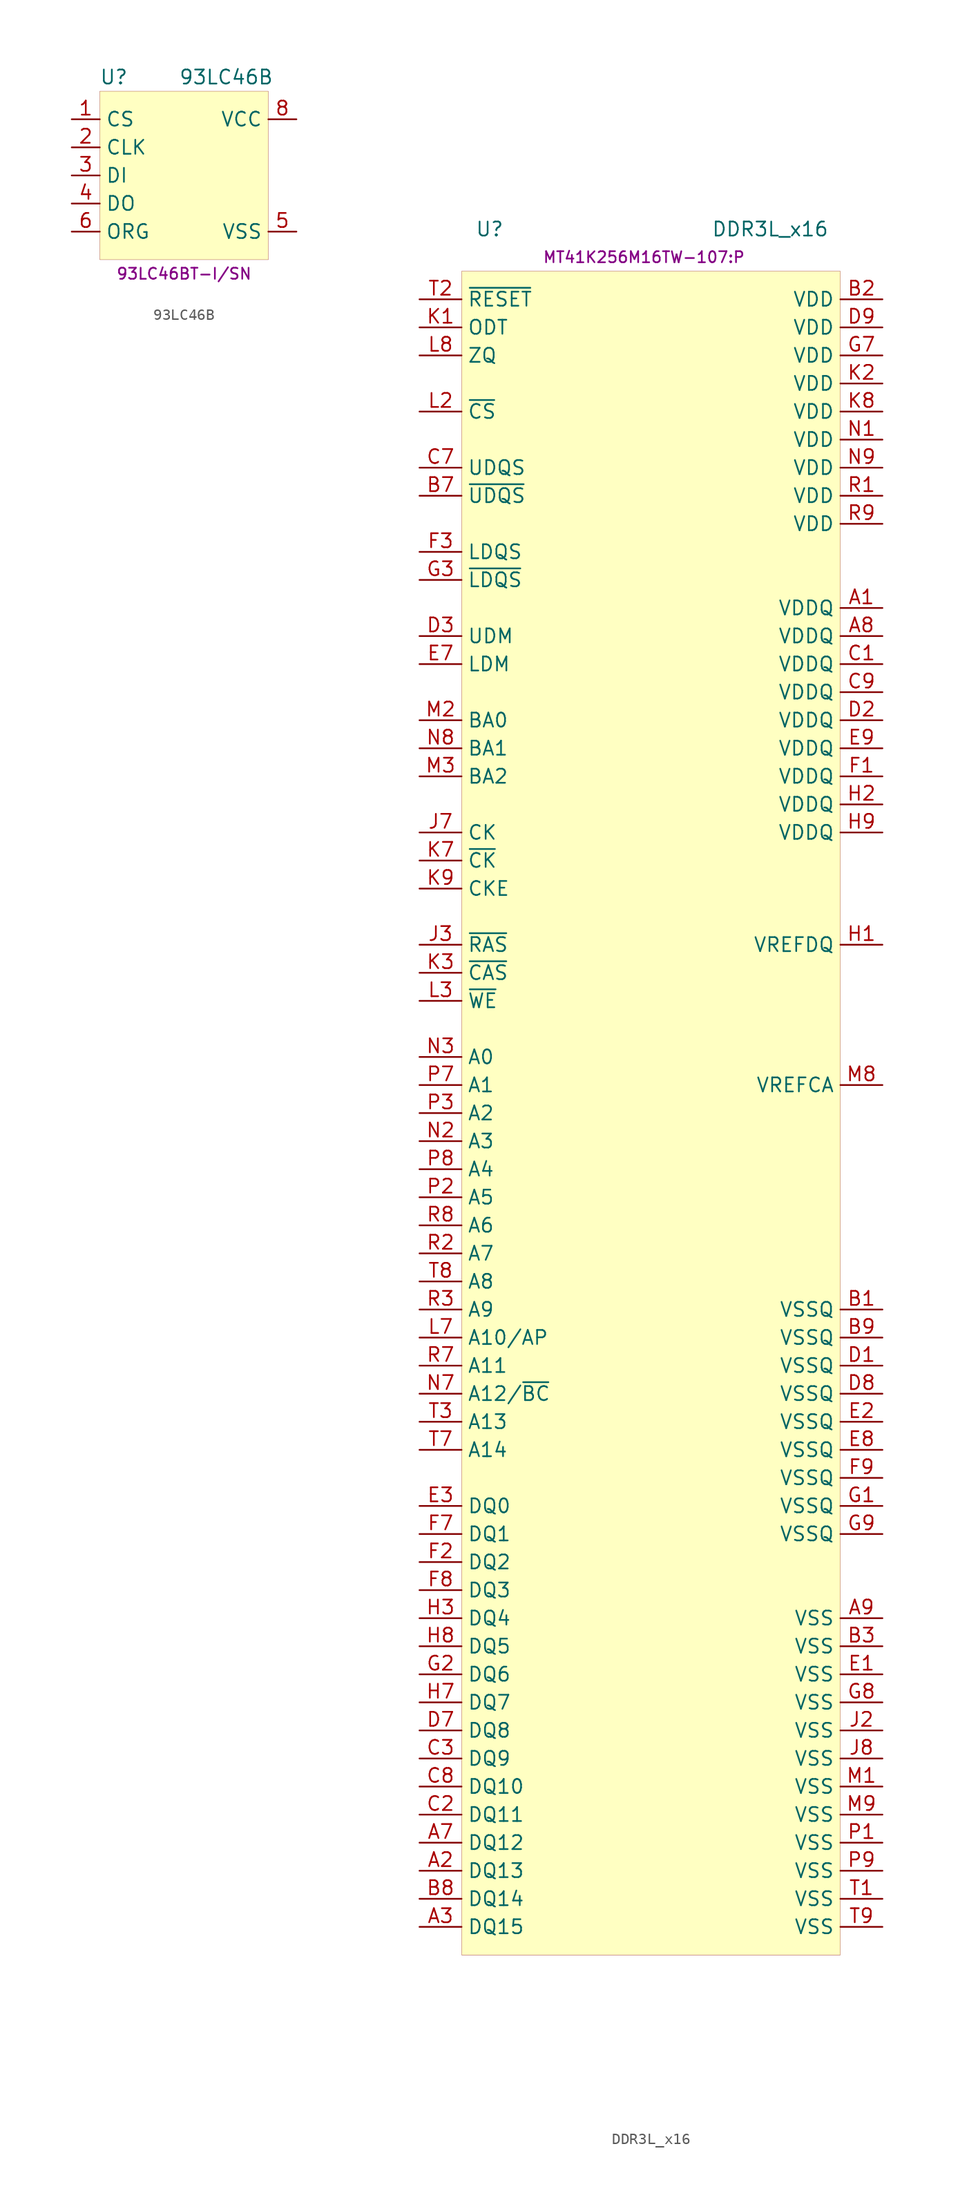
<source format=kicad_sym>
(kicad_symbol_lib
  (version 20231120)
  (generator "kicad_symbol_editor")
  (generator_version "8.0")
  (symbol "93LC46B"
    (property "Reference" "U"
      (at -6.35 8.89 0)
      (effects (font (size 1.27 1.27))))
    (property "Value" "93LC46B"
      (at 3.81 8.89 0)
      (effects (font (size 1.27 1.27))))
    (property "MPN" "93LC46BT-I/SN"
      (at 0 -8.89 0)
      (effects (font (size 1 1))))
    (symbol "93LC46B_0_1"
      (rectangle (start -7.62 7.62) (end 7.62 -7.62) (stroke (width 0.001) (type default)) (fill (type background))))
    (symbol "93LC46B_1_1"
      (pin input line (at -10.16 5.08 0) (length 2.54) (name "CS" (effects (font (size 1.27 1.27)))) (number "1" (effects (font (size 1.27 1.27)))))
      (pin input line (at -10.16 2.54 0) (length 2.54) (name "CLK" (effects (font (size 1.27 1.27)))) (number "2" (effects (font (size 1.27 1.27)))))
      (pin input line (at -10.16 0 0) (length 2.54) (name "DI" (effects (font (size 1.27 1.27)))) (number "3" (effects (font (size 1.27 1.27)))))
      (pin output line (at -10.16 -2.54 0) (length 2.54) (name "DO" (effects (font (size 1.27 1.27)))) (number "4" (effects (font (size 1.27 1.27)))))
      (pin power_in line (at 10.16 -5.08 180) (length 2.54) (name "VSS" (effects (font (size 1.27 1.27)))) (number "5" (effects (font (size 1.27 1.27)))))
      (pin input line (at -10.16 -5.08 0) (length 2.54) (name "ORG" (effects (font (size 1.27 1.27)))) (number "6" (effects (font (size 1.27 1.27)))))
      (pin power_in line (at 10.16 5.08 180) (length 2.54) (name "VCC" (effects (font (size 1.27 1.27)))) (number "8" (effects (font (size 1.27 1.27)))))))
  (symbol "DDR3L_x16"
    (property "Reference" "U"
      (at -13.97 74.93 0)
      (effects (font (size 1.27 1.27))))
    (property "Value" "DDR3L_x16"
      (at 11.43 74.93 0)
      (effects (font (size 1.27 1.27))))
    (property "MPN" "MT41K256M16TW-107:P"
      (at 0 72.39 0)
      (effects (font (size 1 1))))
    (symbol "DDR3L_x16_0_1"
      (rectangle (start -16.51 71.12) (end 17.78 -81.28) (stroke (width 0.001) (type default)) (fill (type background))))
    (symbol "DDR3L_x16_1_1"
      (pin power_in line (at 21.59 40.64 180) (length 3.81) (name "VDDQ" (effects (font (size 1.27 1.27)))) (number "A1" (effects (font (size 1.27 1.27)))))
      (pin bidirectional line (at -20.32 -73.66 0) (length 3.81) (name "DQ13" (effects (font (size 1.27 1.27)))) (number "A2" (effects (font (size 1.27 1.27)))))
      (pin bidirectional line (at -20.32 -78.74 0) (length 3.81) (name "DQ15" (effects (font (size 1.27 1.27)))) (number "A3" (effects (font (size 1.27 1.27)))))
      (pin bidirectional line (at -20.32 -71.12 0) (length 3.81) (name "DQ12" (effects (font (size 1.27 1.27)))) (number "A7" (effects (font (size 1.27 1.27)))))
      (pin power_in line (at 21.59 38.1 180) (length 3.81) (name "VDDQ" (effects (font (size 1.27 1.27)))) (number "A8" (effects (font (size 1.27 1.27)))))
      (pin power_in line (at 21.59 -50.8 180) (length 3.81) (name "VSS" (effects (font (size 1.27 1.27)))) (number "A9" (effects (font (size 1.27 1.27)))))
      (pin power_in line (at 21.59 -22.86 180) (length 3.81) (name "VSSQ" (effects (font (size 1.27 1.27)))) (number "B1" (effects (font (size 1.27 1.27)))))
      (pin power_in line (at 21.59 68.58 180) (length 3.81) (name "VDD" (effects (font (size 1.27 1.27)))) (number "B2" (effects (font (size 1.27 1.27)))))
      (pin power_in line (at 21.59 -53.34 180) (length 3.81) (name "VSS" (effects (font (size 1.27 1.27)))) (number "B3" (effects (font (size 1.27 1.27)))))
      (pin bidirectional line (at -20.32 50.8 0) (length 3.81) (name "~{UDQS}" (effects (font (size 1.27 1.27)))) (number "B7" (effects (font (size 1.27 1.27)))))
      (pin bidirectional line (at -20.32 -76.2 0) (length 3.81) (name "DQ14" (effects (font (size 1.27 1.27)))) (number "B8" (effects (font (size 1.27 1.27)))))
      (pin power_in line (at 21.59 -25.4 180) (length 3.81) (name "VSSQ" (effects (font (size 1.27 1.27)))) (number "B9" (effects (font (size 1.27 1.27)))))
      (pin power_in line (at 21.59 35.56 180) (length 3.81) (name "VDDQ" (effects (font (size 1.27 1.27)))) (number "C1" (effects (font (size 1.27 1.27)))))
      (pin bidirectional line (at -20.32 -68.58 0) (length 3.81) (name "DQ11" (effects (font (size 1.27 1.27)))) (number "C2" (effects (font (size 1.27 1.27)))))
      (pin bidirectional line (at -20.32 -63.5 0) (length 3.81) (name "DQ9" (effects (font (size 1.27 1.27)))) (number "C3" (effects (font (size 1.27 1.27)))))
      (pin bidirectional line (at -20.32 53.34 0) (length 3.81) (name "UDQS" (effects (font (size 1.27 1.27)))) (number "C7" (effects (font (size 1.27 1.27)))))
      (pin bidirectional line (at -20.32 -66.04 0) (length 3.81) (name "DQ10" (effects (font (size 1.27 1.27)))) (number "C8" (effects (font (size 1.27 1.27)))))
      (pin power_in line (at 21.59 33.02 180) (length 3.81) (name "VDDQ" (effects (font (size 1.27 1.27)))) (number "C9" (effects (font (size 1.27 1.27)))))
      (pin power_in line (at 21.59 -27.94 180) (length 3.81) (name "VSSQ" (effects (font (size 1.27 1.27)))) (number "D1" (effects (font (size 1.27 1.27)))))
      (pin power_in line (at 21.59 30.48 180) (length 3.81) (name "VDDQ" (effects (font (size 1.27 1.27)))) (number "D2" (effects (font (size 1.27 1.27)))))
      (pin input line (at -20.32 38.1 0) (length 3.81) (name "UDM" (effects (font (size 1.27 1.27)))) (number "D3" (effects (font (size 1.27 1.27)))))
      (pin bidirectional line (at -20.32 -60.96 0) (length 3.81) (name "DQ8" (effects (font (size 1.27 1.27)))) (number "D7" (effects (font (size 1.27 1.27)))))
      (pin power_in line (at 21.59 -30.48 180) (length 3.81) (name "VSSQ" (effects (font (size 1.27 1.27)))) (number "D8" (effects (font (size 1.27 1.27)))))
      (pin power_in line (at 21.59 66.04 180) (length 3.81) (name "VDD" (effects (font (size 1.27 1.27)))) (number "D9" (effects (font (size 1.27 1.27)))))
      (pin power_in line (at 21.59 -55.88 180) (length 3.81) (name "VSS" (effects (font (size 1.27 1.27)))) (number "E1" (effects (font (size 1.27 1.27)))))
      (pin power_in line (at 21.59 -33.02 180) (length 3.81) (name "VSSQ" (effects (font (size 1.27 1.27)))) (number "E2" (effects (font (size 1.27 1.27)))))
      (pin bidirectional line (at -20.32 -40.64 0) (length 3.81) (name "DQ0" (effects (font (size 1.27 1.27)))) (number "E3" (effects (font (size 1.27 1.27)))))
      (pin input line (at -20.32 35.56 0) (length 3.81) (name "LDM" (effects (font (size 1.27 1.27)))) (number "E7" (effects (font (size 1.27 1.27)))))
      (pin power_in line (at 21.59 -35.56 180) (length 3.81) (name "VSSQ" (effects (font (size 1.27 1.27)))) (number "E8" (effects (font (size 1.27 1.27)))))
      (pin power_in line (at 21.59 27.94 180) (length 3.81) (name "VDDQ" (effects (font (size 1.27 1.27)))) (number "E9" (effects (font (size 1.27 1.27)))))
      (pin power_in line (at 21.59 25.4 180) (length 3.81) (name "VDDQ" (effects (font (size 1.27 1.27)))) (number "F1" (effects (font (size 1.27 1.27)))))
      (pin bidirectional line (at -20.32 -45.72 0) (length 3.81) (name "DQ2" (effects (font (size 1.27 1.27)))) (number "F2" (effects (font (size 1.27 1.27)))))
      (pin bidirectional line (at -20.32 45.72 0) (length 3.81) (name "LDQS" (effects (font (size 1.27 1.27)))) (number "F3" (effects (font (size 1.27 1.27)))))
      (pin bidirectional line (at -20.32 -43.18 0) (length 3.81) (name "DQ1" (effects (font (size 1.27 1.27)))) (number "F7" (effects (font (size 1.27 1.27)))))
      (pin bidirectional line (at -20.32 -48.26 0) (length 3.81) (name "DQ3" (effects (font (size 1.27 1.27)))) (number "F8" (effects (font (size 1.27 1.27)))))
      (pin power_in line (at 21.59 -38.1 180) (length 3.81) (name "VSSQ" (effects (font (size 1.27 1.27)))) (number "F9" (effects (font (size 1.27 1.27)))))
      (pin power_in line (at 21.59 -40.64 180) (length 3.81) (name "VSSQ" (effects (font (size 1.27 1.27)))) (number "G1" (effects (font (size 1.27 1.27)))))
      (pin bidirectional line (at -20.32 -55.88 0) (length 3.81) (name "DQ6" (effects (font (size 1.27 1.27)))) (number "G2" (effects (font (size 1.27 1.27)))))
      (pin bidirectional line (at -20.32 43.18 0) (length 3.81) (name "~{LDQS}" (effects (font (size 1.27 1.27)))) (number "G3" (effects (font (size 1.27 1.27)))))
      (pin power_in line (at 21.59 63.5 180) (length 3.81) (name "VDD" (effects (font (size 1.27 1.27)))) (number "G7" (effects (font (size 1.27 1.27)))))
      (pin power_in line (at 21.59 -58.42 180) (length 3.81) (name "VSS" (effects (font (size 1.27 1.27)))) (number "G8" (effects (font (size 1.27 1.27)))))
      (pin power_in line (at 21.59 -43.18 180) (length 3.81) (name "VSSQ" (effects (font (size 1.27 1.27)))) (number "G9" (effects (font (size 1.27 1.27)))))
      (pin power_in line (at 21.59 10.16 180) (length 3.81) (name "VREFDQ" (effects (font (size 1.27 1.27)))) (number "H1" (effects (font (size 1.27 1.27)))))
      (pin power_in line (at 21.59 22.86 180) (length 3.81) (name "VDDQ" (effects (font (size 1.27 1.27)))) (number "H2" (effects (font (size 1.27 1.27)))))
      (pin bidirectional line (at -20.32 -50.8 0) (length 3.81) (name "DQ4" (effects (font (size 1.27 1.27)))) (number "H3" (effects (font (size 1.27 1.27)))))
      (pin bidirectional line (at -20.32 -58.42 0) (length 3.81) (name "DQ7" (effects (font (size 1.27 1.27)))) (number "H7" (effects (font (size 1.27 1.27)))))
      (pin bidirectional line (at -20.32 -53.34 0) (length 3.81) (name "DQ5" (effects (font (size 1.27 1.27)))) (number "H8" (effects (font (size 1.27 1.27)))))
      (pin power_in line (at 21.59 20.32 180) (length 3.81) (name "VDDQ" (effects (font (size 1.27 1.27)))) (number "H9" (effects (font (size 1.27 1.27)))))
      (pin power_in line (at 21.59 -60.96 180) (length 3.81) (name "VSS" (effects (font (size 1.27 1.27)))) (number "J2" (effects (font (size 1.27 1.27)))))
      (pin input line (at -20.32 10.16 0) (length 3.81) (name "~{RAS}" (effects (font (size 1.27 1.27)))) (number "J3" (effects (font (size 1.27 1.27)))))
      (pin input line (at -20.32 20.32 0) (length 3.81) (name "CK" (effects (font (size 1.27 1.27)))) (number "J7" (effects (font (size 1.27 1.27)))))
      (pin power_in line (at 21.59 -63.5 180) (length 3.81) (name "VSS" (effects (font (size 1.27 1.27)))) (number "J8" (effects (font (size 1.27 1.27)))))
      (pin input line (at -20.32 66.04 0) (length 3.81) (name "ODT" (effects (font (size 1.27 1.27)))) (number "K1" (effects (font (size 1.27 1.27)))))
      (pin power_in line (at 21.59 60.96 180) (length 3.81) (name "VDD" (effects (font (size 1.27 1.27)))) (number "K2" (effects (font (size 1.27 1.27)))))
      (pin input line (at -20.32 7.62 0) (length 3.81) (name "~{CAS}" (effects (font (size 1.27 1.27)))) (number "K3" (effects (font (size 1.27 1.27)))))
      (pin input line (at -20.32 17.78 0) (length 3.81) (name "~{CK}" (effects (font (size 1.27 1.27)))) (number "K7" (effects (font (size 1.27 1.27)))))
      (pin power_in line (at 21.59 58.42 180) (length 3.81) (name "VDD" (effects (font (size 1.27 1.27)))) (number "K8" (effects (font (size 1.27 1.27)))))
      (pin input line (at -20.32 15.24 0) (length 3.81) (name "CKE" (effects (font (size 1.27 1.27)))) (number "K9" (effects (font (size 1.27 1.27)))))
      (pin input line (at -20.32 58.42 0) (length 3.81) (name "~{CS}" (effects (font (size 1.27 1.27)))) (number "L2" (effects (font (size 1.27 1.27)))))
      (pin input line (at -20.32 5.08 0) (length 3.81) (name "~{WE}" (effects (font (size 1.27 1.27)))) (number "L3" (effects (font (size 1.27 1.27)))))
      (pin input line (at -20.32 -25.4 0) (length 3.81) (name "A10/AP" (effects (font (size 1.27 1.27)))) (number "L7" (effects (font (size 1.27 1.27)))))
      (pin passive line (at -20.32 63.5 0) (length 3.81) (name "ZQ" (effects (font (size 1.27 1.27)))) (number "L8" (effects (font (size 1.27 1.27)))))
      (pin power_in line (at 21.59 -66.04 180) (length 3.81) (name "VSS" (effects (font (size 1.27 1.27)))) (number "M1" (effects (font (size 1.27 1.27)))))
      (pin input line (at -20.32 30.48 0) (length 3.81) (name "BA0" (effects (font (size 1.27 1.27)))) (number "M2" (effects (font (size 1.27 1.27)))))
      (pin input line (at -20.32 25.4 0) (length 3.81) (name "BA2" (effects (font (size 1.27 1.27)))) (number "M3" (effects (font (size 1.27 1.27)))))
      (pin power_in line (at 21.59 -2.54 180) (length 3.81) (name "VREFCA" (effects (font (size 1.27 1.27)))) (number "M8" (effects (font (size 1.27 1.27)))))
      (pin power_in line (at 21.59 -68.58 180) (length 3.81) (name "VSS" (effects (font (size 1.27 1.27)))) (number "M9" (effects (font (size 1.27 1.27)))))
      (pin power_in line (at 21.59 55.88 180) (length 3.81) (name "VDD" (effects (font (size 1.27 1.27)))) (number "N1" (effects (font (size 1.27 1.27)))))
      (pin input line (at -20.32 -7.62 0) (length 3.81) (name "A3" (effects (font (size 1.27 1.27)))) (number "N2" (effects (font (size 1.27 1.27)))))
      (pin input line (at -20.32 0 0) (length 3.81) (name "A0" (effects (font (size 1.27 1.27)))) (number "N3" (effects (font (size 1.27 1.27)))))
      (pin input line (at -20.32 -30.48 0) (length 3.81) (name "A12/~{BC}" (effects (font (size 1.27 1.27)))) (number "N7" (effects (font (size 1.27 1.27)))))
      (pin input line (at -20.32 27.94 0) (length 3.81) (name "BA1" (effects (font (size 1.27 1.27)))) (number "N8" (effects (font (size 1.27 1.27)))))
      (pin power_in line (at 21.59 53.34 180) (length 3.81) (name "VDD" (effects (font (size 1.27 1.27)))) (number "N9" (effects (font (size 1.27 1.27)))))
      (pin power_in line (at 21.59 -71.12 180) (length 3.81) (name "VSS" (effects (font (size 1.27 1.27)))) (number "P1" (effects (font (size 1.27 1.27)))))
      (pin input line (at -20.32 -12.7 0) (length 3.81) (name "A5" (effects (font (size 1.27 1.27)))) (number "P2" (effects (font (size 1.27 1.27)))))
      (pin input line (at -20.32 -5.08 0) (length 3.81) (name "A2" (effects (font (size 1.27 1.27)))) (number "P3" (effects (font (size 1.27 1.27)))))
      (pin input line (at -20.32 -2.54 0) (length 3.81) (name "A1" (effects (font (size 1.27 1.27)))) (number "P7" (effects (font (size 1.27 1.27)))))
      (pin input line (at -20.32 -10.16 0) (length 3.81) (name "A4" (effects (font (size 1.27 1.27)))) (number "P8" (effects (font (size 1.27 1.27)))))
      (pin power_in line (at 21.59 -73.66 180) (length 3.81) (name "VSS" (effects (font (size 1.27 1.27)))) (number "P9" (effects (font (size 1.27 1.27)))))
      (pin power_in line (at 21.59 50.8 180) (length 3.81) (name "VDD" (effects (font (size 1.27 1.27)))) (number "R1" (effects (font (size 1.27 1.27)))))
      (pin input line (at -20.32 -17.78 0) (length 3.81) (name "A7" (effects (font (size 1.27 1.27)))) (number "R2" (effects (font (size 1.27 1.27)))))
      (pin input line (at -20.32 -22.86 0) (length 3.81) (name "A9" (effects (font (size 1.27 1.27)))) (number "R3" (effects (font (size 1.27 1.27)))))
      (pin input line (at -20.32 -27.94 0) (length 3.81) (name "A11" (effects (font (size 1.27 1.27)))) (number "R7" (effects (font (size 1.27 1.27)))))
      (pin input line (at -20.32 -15.24 0) (length 3.81) (name "A6" (effects (font (size 1.27 1.27)))) (number "R8" (effects (font (size 1.27 1.27)))))
      (pin power_in line (at 21.59 48.26 180) (length 3.81) (name "VDD" (effects (font (size 1.27 1.27)))) (number "R9" (effects (font (size 1.27 1.27)))))
      (pin power_in line (at 21.59 -76.2 180) (length 3.81) (name "VSS" (effects (font (size 1.27 1.27)))) (number "T1" (effects (font (size 1.27 1.27)))))
      (pin input line (at -20.32 68.58 0) (length 3.81) (name "~{RESET}" (effects (font (size 1.27 1.27)))) (number "T2" (effects (font (size 1.27 1.27)))))
      (pin input line (at -20.32 -33.02 0) (length 3.81) (name "A13" (effects (font (size 1.27 1.27)))) (number "T3" (effects (font (size 1.27 1.27)))))
      (pin input line (at -20.32 -35.56 0) (length 3.81) (name "A14" (effects (font (size 1.27 1.27)))) (number "T7" (effects (font (size 1.27 1.27)))))
      (pin input line (at -20.32 -20.32 0) (length 3.81) (name "A8" (effects (font (size 1.27 1.27)))) (number "T8" (effects (font (size 1.27 1.27)))))
      (pin power_in line (at 21.59 -78.74 180) (length 3.81) (name "VSS" (effects (font (size 1.27 1.27)))) (number "T9" (effects (font (size 1.27 1.27))))))))
</source>
